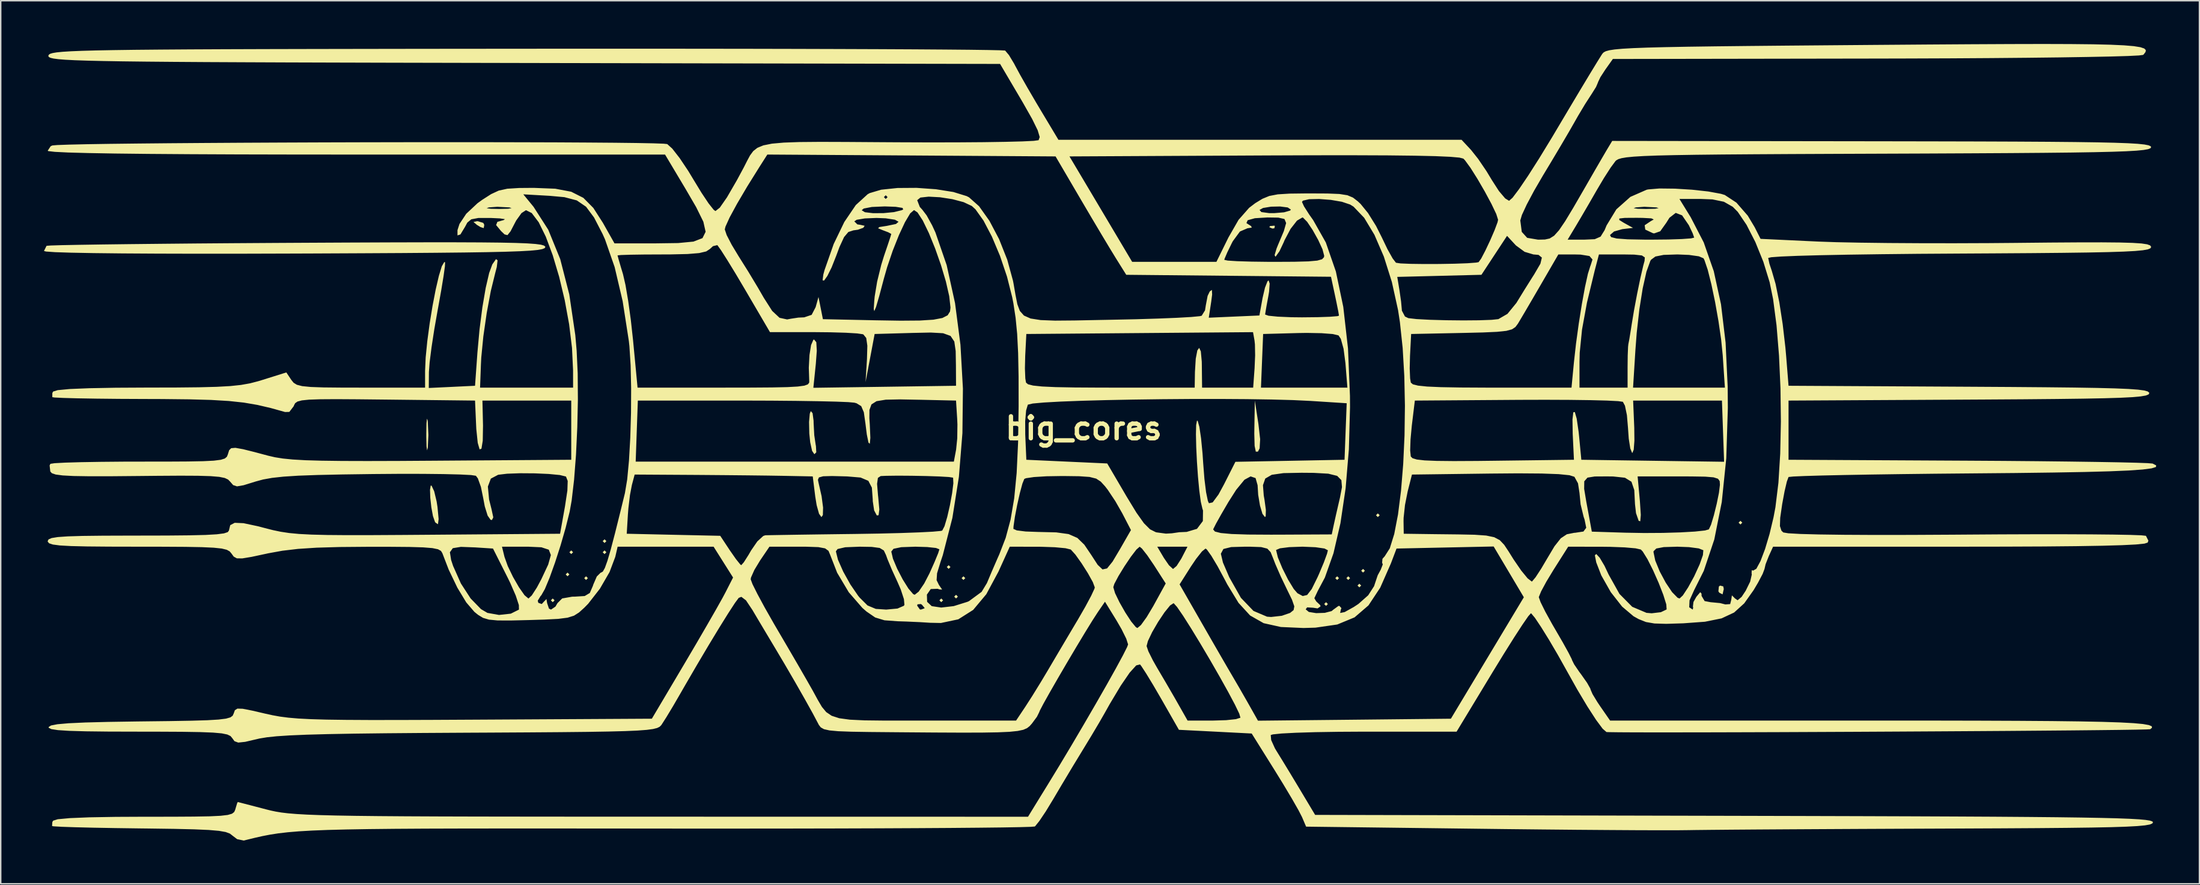
<source format=kicad_pcb>
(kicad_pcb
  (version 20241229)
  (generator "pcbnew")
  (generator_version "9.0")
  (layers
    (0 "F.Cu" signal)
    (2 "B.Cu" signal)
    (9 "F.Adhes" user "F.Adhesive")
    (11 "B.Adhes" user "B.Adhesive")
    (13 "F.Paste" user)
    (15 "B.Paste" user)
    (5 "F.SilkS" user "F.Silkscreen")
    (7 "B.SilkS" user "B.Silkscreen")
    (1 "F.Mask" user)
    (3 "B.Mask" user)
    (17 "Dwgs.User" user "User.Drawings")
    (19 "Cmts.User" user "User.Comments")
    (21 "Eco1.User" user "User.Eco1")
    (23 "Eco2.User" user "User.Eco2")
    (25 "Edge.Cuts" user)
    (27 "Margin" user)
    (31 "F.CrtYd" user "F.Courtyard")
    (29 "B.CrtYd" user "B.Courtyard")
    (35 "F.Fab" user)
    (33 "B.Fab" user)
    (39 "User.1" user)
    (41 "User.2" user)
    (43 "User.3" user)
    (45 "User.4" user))
  (footprint "big_cores"
    (layer "F.Cu")
    (at 72.095 26.656)
    (property "Reference" "big_cores" (at 0 0 0) (layer "F.SilkS") (effects (font (size 1.524 1.524) (thickness 0.3))))
    (attr board_only exclude_from_pos_files exclude_from_bom)
    (fp_poly (pts (xy -36.689 11.93) (xy -36.817 12.059) (xy -36.945 11.93) (xy -36.817 11.802)) (stroke (width 0) (type solid)) (fill yes) (layer "F.SilkS"))
    (fp_poly (pts (xy -35.663 10.134) (xy -35.791 10.263) (xy -35.919 10.134) (xy -35.791 10.006)) (stroke (width 0) (type solid)) (fill yes) (layer "F.SilkS"))
    (fp_poly (pts (xy -35.406 8.595) (xy -35.534 8.723) (xy -35.663 8.595) (xy -35.534 8.467)) (stroke (width 0) (type solid)) (fill yes) (layer "F.SilkS"))
    (fp_poly (pts (xy -34.38 10.391) (xy -34.508 10.519) (xy -34.636 10.391) (xy -34.508 10.263)) (stroke (width 0) (type solid)) (fill yes) (layer "F.SilkS"))
    (fp_poly (pts (xy -33.097 7.825) (xy -33.225 7.954) (xy -33.354 7.825) (xy -33.225 7.697)) (stroke (width 0) (type solid)) (fill yes) (layer "F.SilkS"))
    (fp_poly (pts (xy -33.097 8.595) (xy -33.225 8.723) (xy -33.354 8.595) (xy -33.225 8.467)) (stroke (width 0) (type solid)) (fill yes) (layer "F.SilkS"))
    (fp_poly (pts (xy -9.749 11.93) (xy -9.878 12.059) (xy -10.006 11.93) (xy -9.878 11.802)) (stroke (width 0) (type solid)) (fill yes) (layer "F.SilkS"))
    (fp_poly (pts (xy -9.236 9.621) (xy -9.365 9.749) (xy -9.493 9.621) (xy -9.365 9.493)) (stroke (width 0) (type solid)) (fill yes) (layer "F.SilkS"))
    (fp_poly (pts (xy -8.723 11.674) (xy -8.852 11.802) (xy -8.98 11.674) (xy -8.852 11.545)) (stroke (width 0) (type solid)) (fill yes) (layer "F.SilkS"))
    (fp_poly (pts (xy -8.21 10.391) (xy -8.338 10.519) (xy -8.467 10.391) (xy -8.338 10.263)) (stroke (width 0) (type solid)) (fill yes) (layer "F.SilkS"))
    (fp_poly (pts (xy 16.933 12.187) (xy 16.805 12.315) (xy 16.677 12.187) (xy 16.805 12.059)) (stroke (width 0) (type solid)) (fill yes) (layer "F.SilkS"))
    (fp_poly (pts (xy 17.703 10.391) (xy 17.575 10.519) (xy 17.446 10.391) (xy 17.575 10.263)) (stroke (width 0) (type solid)) (fill yes) (layer "F.SilkS"))
    (fp_poly (pts (xy 18.473 10.391) (xy 18.344 10.519) (xy 18.216 10.391) (xy 18.344 10.263)) (stroke (width 0) (type solid)) (fill yes) (layer "F.SilkS"))
    (fp_poly (pts (xy 19.242 10.904) (xy 19.114 11.032) (xy 18.986 10.904) (xy 19.114 10.776)) (stroke (width 0) (type solid)) (fill yes) (layer "F.SilkS"))
    (fp_poly (pts (xy 19.499 9.878) (xy 19.371 10.006) (xy 19.242 9.878) (xy 19.371 9.749)) (stroke (width 0) (type solid)) (fill yes) (layer "F.SilkS"))
    (fp_poly (pts (xy 20.525 6.029) (xy 20.397 6.158) (xy 20.269 6.029) (xy 20.397 5.901)) (stroke (width 0) (type solid)) (fill yes) (layer "F.SilkS"))
    (fp_poly (pts (xy 45.669 6.542) (xy 45.54 6.671) (xy 45.412 6.542) (xy 45.54 6.414)) (stroke (width 0) (type solid)) (fill yes) (layer "F.SilkS"))
    (fp_poly (pts (xy 13.256 -14.026) (xy 13.221 -13.873) (xy 13.085 -13.855) (xy 12.874 -13.948) (xy 12.914 -14.026) (xy 13.218 -14.056)) (stroke (width 0) (type solid)) (fill yes) (layer "F.SilkS"))
    (fp_poly (pts (xy 44.348 10.962) (xy 44.386 11.145) (xy 44.301 11.516) (xy 44.079 11.405) (xy 44.012 11.307) (xy 44.044 10.977) (xy 44.125 10.907)) (stroke (width 0) (type solid)) (fill yes) (layer "F.SilkS"))
    (fp_poly (pts (xy -41.632 -14.246) (xy -41.564 -14.111) (xy -41.603 -13.887) (xy -41.825 -13.954) (xy -42.077 -14.111) (xy -42.313 -14.31) (xy -42.07 -14.363) (xy -42.013 -14.364)) (stroke (width 0) (type solid)) (fill yes) (layer "F.SilkS"))
    (fp_poly (pts (xy 12.117 -0.295) (xy 12.236 0.756) (xy 12.2 1.388) (xy 12.084 1.616) (xy 11.935 1.618) (xy 11.853 1.221) (xy 11.83 0.378) (xy 11.835 -0.013) (xy 11.867 -1.924)) (stroke (width 0) (type solid)) (fill yes) (layer "F.SilkS"))
    (fp_poly (pts (xy -45.494 -0.551) (xy -45.481 -0.443) (xy -45.44 0.463) (xy -45.48 1.323) (xy -45.484 1.353) (xy -45.532 1.53) (xy -45.568 1.254) (xy -45.584 0.586) (xy -45.584 0.385) (xy -45.572 -0.343) (xy -45.539 -0.672)) (stroke (width 0) (type solid)) (fill yes) (layer "F.SilkS"))
    (fp_poly (pts (xy -45.219 3.977) (xy -45.037 4.369) (xy -44.869 5.069) (xy -44.809 5.452) (xy -44.73 6.295) (xy -44.775 6.653) (xy -44.947 6.541) (xy -44.987 6.478) (xy -45.123 6.086) (xy -45.235 5.48) (xy -45.308 4.821) (xy -45.327 4.265) (xy -45.278 3.972)) (stroke (width 0) (type solid)) (fill yes) (layer "F.SilkS"))
    (fp_poly (pts (xy -18.799 -1.048) (xy -18.731 -0.537) (xy -18.726 -0.336) (xy -18.682 0.478) (xy -18.581 1.164) (xy -18.568 1.219) (xy -18.542 1.664) (xy -18.676 1.796) (xy -18.833 1.564) (xy -18.965 0.963) (xy -19.026 0.36) (xy -19.043 -0.445) (xy -18.993 -1.017) (xy -18.922 -1.195)) (stroke (width 0) (type solid)) (fill yes) (layer "F.SilkS"))
    (fp_poly (pts (xy -43.568 -12.901) (xy -41.851 -12.894) (xy -40.471 -12.88) (xy -39.395 -12.857) (xy -38.587 -12.826) (xy -38.012 -12.785) (xy -37.635 -12.735) (xy -37.422 -12.674) (xy -37.336 -12.602) (xy -37.33 -12.572) (xy -37.378 -12.495) (xy -37.543 -12.429) (xy -37.862 -12.372) (xy -38.367 -12.323) (xy -39.095 -12.282) (xy -40.08 -12.247) (xy -41.357 -12.218) (xy -42.959 -12.194) (xy -44.923 -12.174) (xy -47.282 -12.156) (xy -50.072 -12.141) (xy -53.327 -12.126) (xy -54.713 -12.121) (xy -58.252 -12.111) (xy -61.437 -12.109) (xy -64.246 -12.116) (xy -66.66 -12.13) (xy -68.658 -12.152) (xy -70.219 -12.181) (xy -71.323 -12.217) (xy -71.95 -12.261) (xy -72.095 -12.298) (xy -71.925 -12.643) (xy -71.903 -12.659) (xy -71.62 -12.68) (xy -70.866 -12.703) (xy -69.685 -12.726) (xy -68.118 -12.75) (xy -66.209 -12.774) (xy -63.999 -12.797) (xy -61.532 -12.82) (xy -58.85 -12.84) (xy -55.995 -12.858) (xy -54.52 -12.866) (xy -51.1 -12.883) (xy -48.158 -12.895) (xy -45.659 -12.901)) (stroke (width 0) (type solid)) (fill yes) (layer "F.SilkS"))
    (fp_poly (pts (xy 68.441 -26.65) (xy 69.982 -26.634) (xy 71.204 -26.605) (xy 72.139 -26.562) (xy 72.819 -26.505) (xy 73.276 -26.432) (xy 73.542 -26.342) (xy 73.651 -26.233) (xy 73.633 -26.105) (xy 73.522 -25.957) (xy 73.465 -25.898) (xy 73.176 -25.86) (xy 72.414 -25.822) (xy 71.217 -25.787) (xy 69.626 -25.755) (xy 67.681 -25.725) (xy 65.42 -25.699) (xy 62.883 -25.677) (xy 60.111 -25.66) (xy 57.142 -25.649) (xy 54.967 -25.644) (xy 36.695 -25.616) (xy 36.179 -24.891) (xy 35.831 -24.356) (xy 35.665 -24.009) (xy 35.663 -23.989) (xy 35.529 -23.675) (xy 35.205 -23.158) (xy 35.186 -23.131) (xy 34.771 -22.489) (xy 34.274 -21.658) (xy 34.068 -21.295) (xy 33.67 -20.599) (xy 33.089 -19.609) (xy 32.409 -18.467) (xy 31.85 -17.54) (xy 31.229 -16.472) (xy 30.723 -15.522) (xy 30.387 -14.797) (xy 30.275 -14.418) (xy 30.378 -13.623) (xy 30.753 -13.211) (xy 31.496 -13.086) (xy 31.581 -13.085) (xy 31.985 -13.095) (xy 32.314 -13.166) (xy 32.621 -13.359) (xy 32.96 -13.737) (xy 33.384 -14.361) (xy 33.946 -15.292) (xy 34.699 -16.593) (xy 34.895 -16.933) (xy 35.442 -17.883) (xy 35.926 -18.716) (xy 36.263 -19.292) (xy 36.325 -19.395) (xy 36.648 -19.932) (xy 55.334 -19.908) (xy 58.911 -19.902) (xy 62.01 -19.895) (xy 64.662 -19.885) (xy 66.901 -19.872) (xy 68.761 -19.855) (xy 70.276 -19.833) (xy 71.479 -19.806) (xy 72.403 -19.773) (xy 73.082 -19.733) (xy 73.55 -19.685) (xy 73.839 -19.629) (xy 73.984 -19.564) (xy 74.019 -19.499) (xy 73.972 -19.425) (xy 73.809 -19.36) (xy 73.495 -19.304) (xy 72.996 -19.256) (xy 72.28 -19.215) (xy 71.313 -19.18) (xy 70.06 -19.151) (xy 68.487 -19.126) (xy 66.562 -19.106) (xy 64.25 -19.088) (xy 61.518 -19.073) (xy 58.331 -19.058) (xy 55.649 -19.048) (xy 52.125 -19.035) (xy 49.08 -19.022) (xy 46.476 -19.007) (xy 44.278 -18.991) (xy 42.452 -18.971) (xy 40.961 -18.947) (xy 39.77 -18.919) (xy 38.843 -18.884) (xy 38.145 -18.842) (xy 37.641 -18.793) (xy 37.294 -18.734) (xy 37.069 -18.666) (xy 36.931 -18.587) (xy 36.876 -18.535) (xy 36.544 -18.086) (xy 36.072 -17.352) (xy 35.595 -16.548) (xy 35.041 -15.585) (xy 34.492 -14.645) (xy 34.138 -14.047) (xy 33.559 -13.085) (xy 34.711 -13.085) (xy 35.438 -13.117) (xy 35.844 -13.295) (xy 35.912 -13.406) (xy 36.495 -13.406) (xy 36.573 -13.261) (xy 36.961 -13.164) (xy 37.72 -13.108) (xy 38.912 -13.086) (xy 39.361 -13.085) (xy 40.528 -13.096) (xy 41.479 -13.127) (xy 42.114 -13.173) (xy 42.333 -13.226) (xy 42.227 -13.53) (xy 41.97 -14.07) (xy 41.958 -14.093) (xy 41.494 -14.771) (xy 41.053 -14.941) (xy 40.617 -14.603) (xy 40.399 -14.254) (xy 39.978 -13.665) (xy 39.554 -13.518) (xy 39.467 -13.535) (xy 38.942 -13.783) (xy 38.9 -14.084) (xy 39.302 -14.354) (xy 39.53 -14.485) (xy 39.367 -14.561) (xy 38.761 -14.594) (xy 38.357 -14.599) (xy 37.527 -14.594) (xy 37.143 -14.553) (xy 37.137 -14.45) (xy 37.443 -14.26) (xy 37.455 -14.253) (xy 38.092 -13.9) (xy 37.346 -13.813) (xy 36.777 -13.652) (xy 36.495 -13.406) (xy 35.912 -13.406) (xy 36.121 -13.743) (xy 36.259 -14.074) (xy 36.935 -15.185) (xy 37.025 -15.265) (xy 38.133 -15.265) (xy 38.425 -15.227) (xy 38.998 -15.214) (xy 39.631 -15.23) (xy 39.869 -15.272) (xy 39.704 -15.321) (xy 38.875 -15.364) (xy 38.292 -15.321) (xy 38.133 -15.265) (xy 37.025 -15.265) (xy 37.747 -15.907) (xy 41.312 -15.907) (xy 42.094 -14.636) (xy 42.995 -12.893) (xy 43.691 -10.899) (xy 44.193 -8.601) (xy 44.511 -5.945) (xy 44.656 -2.878) (xy 44.667 -1.411) (xy 44.558 2.079) (xy 44.246 5.114) (xy 43.727 7.711) (xy 42.998 9.888) (xy 42.328 11.227) (xy 42.011 11.932) (xy 41.989 12.412) (xy 42.235 12.572) (xy 42.264 12.414) (xy 42.243 12.376) (xy 42.283 12.044) (xy 42.484 11.686) (xy 42.753 11.365) (xy 42.841 11.462) (xy 42.846 11.625) (xy 43.058 11.982) (xy 43.467 12.059) (xy 44.132 12.122) (xy 44.493 12.214) (xy 44.829 12.191) (xy 44.903 11.894) (xy 44.949 11.587) (xy 45.123 11.758) (xy 45.137 11.781) (xy 45.345 11.925) (xy 45.622 11.691) (xy 45.903 11.268) (xy 46.216 10.631) (xy 46.328 10.138) (xy 46.314 10.057) (xy 46.325 9.839) (xy 46.422 9.867) (xy 46.643 9.742) (xy 46.93 9.211) (xy 47.247 8.374) (xy 47.56 7.328) (xy 47.835 6.172) (xy 47.966 5.477) (xy 48.174 3.777) (xy 48.299 1.753) (xy 48.346 -0.475) (xy 48.317 -2.782) (xy 48.215 -5.047) (xy 48.043 -7.147) (xy 47.805 -8.959) (xy 47.565 -10.134) (xy 47.129 -11.55) (xy 46.574 -12.919) (xy 45.962 -14.115) (xy 45.355 -15.012) (xy 45.007 -15.364) (xy 44.395 -15.713) (xy 43.597 -15.877) (xy 42.814 -15.907) (xy 41.312 -15.907) (xy 37.747 -15.907) (xy 37.91 -16.052) (xy 39.036 -16.546) (xy 39.148 -16.569) (xy 39.924 -16.634) (xy 40.997 -16.622) (xy 42.185 -16.549) (xy 43.306 -16.426) (xy 44.181 -16.266) (xy 44.452 -16.184) (xy 45.261 -15.653) (xy 46.047 -14.75) (xy 46.529 -13.946) (xy 46.936 -13.14) (xy 50.961 -12.951) (xy 52.188 -12.909) (xy 53.835 -12.876) (xy 55.809 -12.852) (xy 58.017 -12.839) (xy 60.366 -12.836) (xy 62.762 -12.845) (xy 64.503 -12.859) (xy 66.988 -12.883) (xy 69.007 -12.896) (xy 70.607 -12.898) (xy 71.834 -12.887) (xy 72.735 -12.861) (xy 73.357 -12.82) (xy 73.747 -12.761) (xy 73.952 -12.684) (xy 74.018 -12.587) (xy 74.019 -12.572) (xy 73.969 -12.485) (xy 73.793 -12.412) (xy 73.451 -12.35) (xy 72.904 -12.298) (xy 72.111 -12.256) (xy 71.035 -12.221) (xy 69.633 -12.193) (xy 67.869 -12.17) (xy 65.7 -12.15) (xy 63.089 -12.133) (xy 60.742 -12.12) (xy 57.866 -12.102) (xy 55.27 -12.075) (xy 52.988 -12.043) (xy 51.054 -12.005) (xy 49.501 -11.962) (xy 48.363 -11.915) (xy 47.674 -11.865) (xy 47.465 -11.816) (xy 47.549 -11.418) (xy 47.716 -10.917) (xy 47.977 -10.017) (xy 48.236 -8.74) (xy 48.47 -7.223) (xy 48.658 -5.601) (xy 48.711 -5.003) (xy 48.876 -2.951) (xy 61.383 -2.884) (xy 64.273 -2.867) (xy 66.691 -2.848) (xy 68.676 -2.827) (xy 70.27 -2.801) (xy 71.513 -2.769) (xy 72.446 -2.73) (xy 73.109 -2.682) (xy 73.543 -2.624) (xy 73.788 -2.554) (xy 73.884 -2.471) (xy 73.891 -2.437) (xy 73.838 -2.349) (xy 73.651 -2.275) (xy 73.29 -2.213) (xy 72.715 -2.161) (xy 71.885 -2.119) (xy 70.759 -2.085) (xy 69.297 -2.057) (xy 67.458 -2.034) (xy 65.202 -2.014) (xy 62.488 -1.997) (xy 61.383 -1.991) (xy 48.876 -1.924) (xy 48.876 2.181) (xy 61.319 2.245) (xy 63.806 2.26) (xy 66.143 2.28) (xy 68.277 2.304) (xy 70.158 2.33) (xy 71.734 2.357) (xy 72.953 2.386) (xy 73.766 2.415) (xy 74.12 2.444) (xy 74.126 2.446) (xy 74.369 2.573) (xy 74.352 2.683) (xy 74.048 2.777) (xy 73.428 2.857) (xy 72.465 2.925) (xy 71.129 2.982) (xy 69.393 3.029) (xy 67.229 3.067) (xy 64.607 3.1) (xy 61.525 3.127) (xy 59.041 3.149) (xy 56.716 3.176) (xy 54.598 3.206) (xy 52.738 3.239) (xy 51.187 3.273) (xy 49.994 3.308) (xy 49.208 3.342) (xy 48.882 3.375) (xy 48.876 3.378) (xy 48.759 3.693) (xy 48.6 4.368) (xy 48.436 5.253) (xy 48.298 6.207) (xy 48.279 6.782) (xy 48.384 7.1) (xy 48.513 7.222) (xy 48.859 7.28) (xy 49.692 7.327) (xy 50.987 7.361) (xy 52.718 7.384) (xy 54.861 7.395) (xy 57.389 7.392) (xy 60.277 7.377) (xy 61.119 7.371) (xy 63.583 7.355) (xy 65.893 7.347) (xy 67.999 7.347) (xy 69.849 7.355) (xy 71.391 7.37) (xy 72.574 7.392) (xy 73.347 7.421) (xy 73.659 7.455) (xy 73.659 7.456) (xy 73.827 7.789) (xy 73.78 7.925) (xy 73.558 7.996) (xy 72.97 8.056) (xy 71.995 8.105) (xy 70.613 8.144) (xy 68.802 8.174) (xy 66.541 8.195) (xy 63.809 8.206) (xy 60.704 8.21) (xy 47.804 8.21) (xy 47.506 8.864) (xy 47.285 9.427) (xy 47.208 9.758) (xy 47.082 10.094) (xy 46.759 10.707) (xy 46.455 11.221) (xy 45.804 12.139) (xy 45.102 12.775) (xy 44.234 13.181) (xy 43.084 13.414) (xy 41.583 13.524) (xy 40.395 13.56) (xy 39.578 13.536) (xy 38.988 13.434) (xy 38.484 13.233) (xy 38.127 13.034) (xy 37.335 12.365) (xy 36.551 11.364) (xy 35.892 10.201) (xy 35.543 9.301) (xy 35.446 8.808) (xy 35.543 8.717) (xy 35.783 8.977) (xy 36.116 9.539) (xy 36.403 10.145) (xy 37.153 11.486) (xy 38.037 12.379) (xy 39.027 12.798) (xy 39.387 12.828) (xy 40.024 12.753) (xy 40.409 12.569) (xy 40.422 12.551) (xy 40.398 12.208) (xy 40.193 11.551) (xy 39.868 10.717) (xy 39.482 9.846) (xy 39.094 9.075) (xy 38.789 8.583) (xy 39.511 8.583) (xy 39.633 9.169) (xy 39.943 9.925) (xy 40.36 10.704) (xy 40.801 11.362) (xy 41.185 11.753) (xy 41.321 11.802) (xy 41.546 11.59) (xy 41.912 11.034) (xy 42.338 10.254) (xy 42.338 10.252) (xy 42.712 9.437) (xy 42.939 8.791) (xy 42.968 8.456) (xy 42.651 8.329) (xy 41.974 8.24) (xy 41.164 8.21) (xy 40.225 8.238) (xy 39.707 8.335) (xy 39.518 8.522) (xy 39.511 8.583) (xy 38.789 8.583) (xy 38.766 8.545) (xy 38.634 8.406) (xy 38.268 8.323) (xy 37.52 8.258) (xy 36.521 8.22) (xy 35.977 8.214) (xy 33.597 8.21) (xy 32.58 9.814) (xy 32.084 10.633) (xy 31.721 11.305) (xy 31.562 11.696) (xy 31.56 11.717) (xy 31.683 12.06) (xy 32.012 12.723) (xy 32.488 13.584) (xy 32.712 13.969) (xy 33.228 14.858) (xy 33.625 15.575) (xy 33.843 16.01) (xy 33.867 16.083) (xy 34.009 16.37) (xy 34.364 16.891) (xy 34.508 17.084) (xy 34.91 17.656) (xy 35.134 18.057) (xy 35.149 18.121) (xy 35.284 18.433) (xy 35.625 18.994) (xy 35.826 19.293) (xy 36.502 20.269) (xy 55.181 20.269) (xy 58.863 20.27) (xy 62.062 20.276) (xy 64.807 20.287) (xy 67.13 20.303) (xy 69.059 20.327) (xy 70.626 20.358) (xy 71.859 20.398) (xy 72.789 20.448) (xy 73.446 20.508) (xy 73.86 20.581) (xy 74.061 20.665) (xy 74.079 20.764) (xy 73.957 20.869) (xy 73.686 20.884) (xy 72.95 20.9) (xy 71.8 20.917) (xy 70.284 20.934) (xy 68.451 20.952) (xy 66.352 20.969) (xy 64.034 20.987) (xy 61.547 21.003) (xy 58.941 21.019) (xy 56.264 21.034) (xy 53.566 21.048) (xy 50.895 21.06) (xy 48.302 21.071) (xy 45.835 21.079) (xy 43.543 21.085) (xy 41.476 21.088) (xy 39.682 21.089) (xy 38.211 21.087) (xy 37.113 21.081) (xy 36.435 21.072) (xy 36.251 21.065) (xy 35.986 20.835) (xy 35.53 20.222) (xy 34.929 19.294) (xy 34.229 18.122) (xy 33.493 16.809) (xy 32.877 15.708) (xy 32.267 14.669) (xy 31.718 13.784) (xy 31.29 13.144) (xy 31.037 12.841) (xy 31.01 12.828) (xy 30.826 13.037) (xy 30.424 13.619) (xy 29.848 14.505) (xy 29.144 15.626) (xy 28.354 16.915) (xy 28.343 16.933) (xy 25.858 21.038) (xy 19.486 21.038) (xy 17.671 21.048) (xy 16.06 21.073) (xy 14.72 21.114) (xy 13.716 21.166) (xy 13.115 21.228) (xy 12.97 21.274) (xy 13.001 21.621) (xy 13.26 22.193) (xy 13.362 22.364) (xy 13.758 23.005) (xy 14.306 23.905) (xy 14.897 24.886) (xy 14.974 25.015) (xy 16.049 26.811) (xy 45.098 26.876) (xy 49.619 26.887) (xy 53.653 26.898) (xy 57.228 26.91) (xy 60.37 26.923) (xy 63.107 26.937) (xy 65.466 26.954) (xy 67.472 26.973) (xy 69.154 26.995) (xy 70.538 27.02) (xy 71.652 27.048) (xy 72.521 27.081) (xy 73.173 27.118) (xy 73.634 27.16) (xy 73.933 27.208) (xy 74.095 27.261) (xy 74.147 27.32) (xy 74.147 27.325) (xy 74.098 27.407) (xy 73.925 27.478) (xy 73.592 27.537) (xy 73.059 27.587) (xy 72.291 27.628) (xy 71.25 27.662) (xy 69.897 27.689) (xy 68.196 27.711) (xy 66.109 27.729) (xy 63.598 27.744) (xy 60.626 27.757) (xy 59.331 27.762) (xy 56.53 27.773) (xy 53.811 27.785) (xy 51.231 27.798) (xy 48.846 27.811) (xy 46.712 27.824) (xy 44.885 27.837) (xy 43.422 27.85) (xy 42.379 27.861) (xy 41.948 27.868) (xy 41.157 27.876) (xy 39.917 27.877) (xy 38.296 27.872) (xy 36.359 27.86) (xy 34.171 27.844) (xy 31.799 27.822) (xy 29.307 27.796) (xy 27.402 27.773) (xy 15.422 27.626) (xy 15.14 26.962) (xy 14.893 26.483) (xy 14.439 25.687) (xy 13.843 24.689) (xy 13.254 23.732) (xy 11.65 21.167) (xy 9.126 21.038) (xy 6.603 20.91) (xy 5.378 18.766) (xy 4.823 17.813) (xy 4.342 17.021) (xy 4.005 16.503) (xy 3.906 16.375) (xy 3.643 16.443) (xy 3.189 16.945) (xy 2.569 17.85) (xy 1.805 19.126) (xy 1.462 19.738) (xy 1.081 20.401) (xy 0.543 21.308) (xy -0.04 22.267) (xy -0.062 22.303) (xy -0.757 23.445) (xy -1.525 24.727) (xy -2.11 25.718) (xy -2.624 26.563) (xy -3.069 27.227) (xy -3.36 27.591) (xy -3.393 27.616) (xy -3.682 27.639) (xy -4.45 27.661) (xy -5.661 27.682) (xy -7.28 27.7) (xy -9.272 27.717) (xy -11.602 27.731) (xy -14.235 27.743) (xy -17.137 27.752) (xy -20.272 27.758) (xy -23.605 27.761) (xy -27.101 27.762) (xy -29.092 27.76) (xy -33.291 27.756) (xy -37.01 27.754) (xy -40.284 27.754) (xy -43.144 27.757) (xy -45.625 27.764) (xy -47.76 27.777) (xy -49.583 27.796) (xy -51.128 27.822) (xy -52.427 27.855) (xy -53.514 27.898) (xy -54.423 27.951) (xy -55.186 28.015) (xy -55.839 28.09) (xy -56.413 28.179) (xy -56.943 28.281) (xy -57.462 28.398) (xy -58.004 28.53) (xy -58.24 28.59) (xy -58.702 28.494) (xy -59.022 28.25) (xy -59.202 28.109) (xy -59.494 28) (xy -59.964 27.917) (xy -60.675 27.856) (xy -61.692 27.812) (xy -63.077 27.78) (xy -64.896 27.755) (xy -65.427 27.749) (xy -67.129 27.726) (xy -68.651 27.699) (xy -69.923 27.668) (xy -70.871 27.636) (xy -71.423 27.604) (xy -71.534 27.585) (xy -71.517 27.315) (xy -71.464 27.213) (xy -71.139 27.112) (xy -70.305 27.035) (xy -68.964 26.98) (xy -67.121 26.948) (xy -65.129 26.939) (xy -63.194 26.938) (xy -61.711 26.929) (xy -60.617 26.91) (xy -59.852 26.873) (xy -59.353 26.815) (xy -59.058 26.73) (xy -58.907 26.613) (xy -58.837 26.459) (xy -58.828 26.426) (xy -58.706 26.015) (xy -58.659 25.918) (xy -58.414 25.98) (xy -57.795 26.14) (xy -56.923 26.368) (xy -56.701 26.426) (xy -56.369 26.509) (xy -56.022 26.582) (xy -55.629 26.647) (xy -55.157 26.703) (xy -54.574 26.751) (xy -53.849 26.792) (xy -52.948 26.826) (xy -51.841 26.854) (xy -50.494 26.877) (xy -48.877 26.895) (xy -46.956 26.909) (xy -44.7 26.919) (xy -42.077 26.926) (xy -39.055 26.93) (xy -35.601 26.933) (xy -31.684 26.935) (xy -29.319 26.935) (xy -3.86 26.939) (xy -3.428 26.234) (xy -2.97 25.488) (xy -2.52 24.759) (xy -1.709 23.43) (xy -0.851 21.998) (xy 0.013 20.531) (xy 0.843 19.102) (xy 1.599 17.781) (xy 2.239 16.637) (xy 2.724 15.741) (xy 3.014 15.164) (xy 3.037 15.101) (xy 4.362 15.101) (xy 4.485 15.466) (xy 4.803 16.102) (xy 5.091 16.609) (xy 5.676 17.601) (xy 6.295 18.667) (xy 6.513 19.05) (xy 7.205 20.269) (xy 8.975 20.269) (xy 9.876 20.242) (xy 10.554 20.171) (xy 10.867 20.072) (xy 10.869 20.069) (xy 10.788 19.79) (xy 10.487 19.164) (xy 10.015 18.277) (xy 9.424 17.218) (xy 8.766 16.073) (xy 8.09 14.93) (xy 7.449 13.877) (xy 6.893 13.001) (xy 6.473 12.389) (xy 6.24 12.129) (xy 6.235 12.127) (xy 5.99 12.286) (xy 5.603 12.765) (xy 5.16 13.428) (xy 4.748 14.136) (xy 4.454 14.752) (xy 4.362 15.101) (xy 3.037 15.101) (xy 3.079 14.987) (xy 2.951 14.588) (xy 2.622 13.924) (xy 2.277 13.329) (xy 1.476 12.027) (xy 0.982 12.748) (xy 0.614 13.316) (xy 0.098 14.153) (xy -0.511 15.165) (xy -1.159 16.258) (xy -1.791 17.34) (xy -2.352 18.317) (xy -2.788 19.095) (xy -3.043 19.582) (xy -3.087 19.694) (xy -3.243 20.008) (xy -3.588 20.474) (xy -3.747 20.653) (xy -3.929 20.796) (xy -4.188 20.908) (xy -4.578 20.991) (xy -5.151 21.049) (xy -5.961 21.085) (xy -7.062 21.103) (xy -8.506 21.106) (xy -10.347 21.098) (xy -12.637 21.081) (xy -13.108 21.077) (xy -14.831 21.062) (xy -16.112 21.042) (xy -17.022 21.008) (xy -17.631 20.952) (xy -18.01 20.866) (xy -18.231 20.742) (xy -18.363 20.572) (xy -18.421 20.461) (xy -18.782 19.78) (xy -19.336 18.784) (xy -20.013 17.597) (xy -20.743 16.343) (xy -21.383 15.266) (xy -21.978 14.271) (xy -22.58 13.261) (xy -22.971 12.6) (xy -23.419 11.929) (xy -23.737 11.688) (xy -23.919 11.758) (xy -24.181 12.111) (xy -24.65 12.832) (xy -25.28 13.844) (xy -26.023 15.071) (xy -26.831 16.435) (xy -27.659 17.859) (xy -27.938 18.344) (xy -28.466 19.254) (xy -28.936 20.034) (xy -29.26 20.54) (xy -29.299 20.595) (xy -29.402 20.697) (xy -29.574 20.783) (xy -29.86 20.855) (xy -30.299 20.914) (xy -30.936 20.962) (xy -31.812 21) (xy -32.97 21.03) (xy -34.451 21.054) (xy -36.299 21.073) (xy -38.555 21.089) (xy -41.261 21.104) (xy -42.719 21.111) (xy -45.811 21.129) (xy -48.433 21.15) (xy -50.626 21.176) (xy -52.432 21.209) (xy -53.894 21.249) (xy -55.053 21.298) (xy -55.953 21.357) (xy -56.634 21.428) (xy -57.14 21.511) (xy -57.3 21.548) (xy -58.141 21.744) (xy -58.624 21.796) (xy -58.886 21.699) (xy -59.045 21.481) (xy -59.162 21.342) (xy -59.382 21.236) (xy -59.766 21.157) (xy -60.374 21.103) (xy -61.269 21.068) (xy -62.511 21.048) (xy -64.162 21.04) (xy -65.587 21.038) (xy -67.622 21.033) (xy -69.193 21.015) (xy -70.345 20.982) (xy -71.127 20.932) (xy -71.586 20.861) (xy -71.769 20.769) (xy -71.774 20.718) (xy -71.608 20.61) (xy -71.159 20.523) (xy -70.383 20.455) (xy -69.233 20.402) (xy -67.665 20.362) (xy -65.635 20.331) (xy -65.368 20.328) (xy -63.406 20.305) (xy -61.896 20.279) (xy -60.778 20.246) (xy -59.992 20.199) (xy -59.475 20.135) (xy -59.169 20.048) (xy -59.012 19.933) (xy -58.943 19.784) (xy -58.942 19.78) (xy -58.858 19.55) (xy -58.684 19.44) (xy -58.316 19.45) (xy -57.647 19.581) (xy -56.761 19.787) (xy -56.253 19.899) (xy -55.732 19.993) (xy -55.149 20.068) (xy -54.452 20.128) (xy -53.592 20.172) (xy -52.519 20.203) (xy -51.182 20.221) (xy -49.53 20.23) (xy -47.514 20.229) (xy -45.083 20.221) (xy -42.325 20.207) (xy -29.945 20.14) (xy -27.664 16.292) (xy -26.872 14.948) (xy -26.134 13.679) (xy -25.505 12.584) (xy -25.043 11.761) (xy -24.848 11.396) (xy -24.375 10.47) (xy -23.091 10.47) (xy -22.966 10.807) (xy -22.624 11.492) (xy -22.113 12.438) (xy -21.479 13.553) (xy -21.254 13.938) (xy -20.523 15.185) (xy -19.828 16.379) (xy -19.239 17.4) (xy -18.827 18.124) (xy -18.775 18.216) (xy -18.436 18.839) (xy -18.152 19.321) (xy -17.854 19.681) (xy -17.476 19.937) (xy -16.952 20.107) (xy -16.215 20.207) (xy -15.197 20.255) (xy -13.832 20.27) (xy -12.053 20.27) (xy -11.027 20.269) (xy -4.688 20.269) (xy -4.045 19.307) (xy -3.567 18.563) (xy -2.975 17.604) (xy -2.497 16.805) (xy -1.918 15.823) (xy -1.213 14.631) (xy -0.52 13.463) (xy -0.411 13.282) (xy 0.114 12.371) (xy 0.519 11.615) (xy 0.744 11.13) (xy 0.77 11.031) (xy 0.764 11.017) (xy 2.053 11.017) (xy 2.175 11.43) (xy 2.482 12.065) (xy 2.884 12.771) (xy 3.292 13.396) (xy 3.617 13.789) (xy 3.725 13.851) (xy 3.971 13.644) (xy 4.366 13.097) (xy 4.826 12.328) (xy 4.837 12.307) (xy 5.652 10.824) (xy 6.651 10.824) (xy 8.219 13.558) (xy 8.882 14.713) (xy 9.505 15.793) (xy 10.014 16.671) (xy 10.318 17.19) (xy 10.789 17.996) (xy 11.317 18.917) (xy 11.468 19.183) (xy 12.085 20.277) (xy 18.774 20.209) (xy 25.462 20.14) (xy 27.991 15.929) (xy 30.521 11.717) (xy 30.013 10.862) (xy 29.521 10.034) (xy 29.007 9.169) (xy 28.966 9.101) (xy 28.428 8.196) (xy 25.061 8.267) (xy 21.694 8.338) (xy 21.302 9.373) (xy 20.562 11.054) (xy 19.749 12.28) (xy 18.783 13.111) (xy 17.583 13.607) (xy 16.07 13.825) (xy 15.242 13.849) (xy 13.675 13.78) (xy 12.48 13.515) (xy 11.54 12.981) (xy 10.738 12.108) (xy 9.956 10.823) (xy 9.788 10.503) (xy 9.285 9.568) (xy 8.849 8.837) (xy 8.749 8.698) (xy 9.512 8.698) (xy 9.656 9.308) (xy 10.076 10.285) (xy 10.103 10.343) (xy 10.903 11.758) (xy 11.774 12.665) (xy 12.714 13.064) (xy 12.995 13.085) (xy 13.737 13.002) (xy 14.314 12.803) (xy 14.317 12.8) (xy 14.556 12.607) (xy 14.605 12.348) (xy 14.446 11.891) (xy 14.098 11.177) (xy 13.666 10.276) (xy 13.293 9.422) (xy 13.139 9.024) (xy 12.963 8.588) (xy 12.828 8.445) (xy 13.341 8.445) (xy 13.465 8.953) (xy 13.772 9.697) (xy 14.17 10.489) (xy 14.566 11.141) (xy 14.823 11.437) (xy 15.19 11.633) (xy 15.495 11.559) (xy 15.811 11.149) (xy 16.212 10.337) (xy 16.321 10.094) (xy 16.651 9.308) (xy 16.873 8.702) (xy 16.933 8.459) (xy 16.698 8.336) (xy 16.079 8.247) (xy 15.203 8.21) (xy 15.137 8.21) (xy 14.252 8.241) (xy 13.611 8.322) (xy 13.343 8.436) (xy 13.341 8.445) (xy 12.828 8.445) (xy 12.732 8.344) (xy 12.308 8.237) (xy 11.557 8.211) (xy 11.174 8.21) (xy 10.228 8.236) (xy 9.688 8.369) (xy 9.512 8.698) (xy 8.749 8.698) (xy 8.542 8.408) (xy 8.45 8.338) (xy 8.203 8.538) (xy 7.795 9.055) (xy 7.439 9.581) (xy 6.651 10.824) (xy 5.652 10.824) (xy 5.688 10.76) (xy 4.87 9.485) (xy 4.406 8.804) (xy 4.041 8.341) (xy 3.882 8.21) (xy 5.102 8.21) (xy 5.557 8.98) (xy 5.911 9.495) (xy 6.182 9.745) (xy 6.206 9.749) (xy 6.444 9.545) (xy 6.764 9.046) (xy 6.799 8.98) (xy 7.197 8.21) (xy 5.102 8.21) (xy 3.882 8.21) (xy 3.654 8.41) (xy 3.27 8.912) (xy 2.825 9.573) (xy 2.412 10.246) (xy 2.126 10.787) (xy 2.053 11.017) (xy 0.764 11.017) (xy 0.633 10.665) (xy 0.294 10.054) (xy -0.144 9.364) (xy -0.574 8.76) (xy -0.892 8.409) (xy -0.896 8.406) (xy -1.262 8.316) (xy -1.995 8.248) (xy -2.95 8.215) (xy -3.14 8.214) (xy -5.126 8.21) (xy -5.911 9.941) (xy -6.752 11.505) (xy -7.663 12.594) (xy -8.695 13.247) (xy -9.901 13.502) (xy -10.647 13.487) (xy -11.345 13.443) (xy -12.294 13.401) (xy -12.892 13.382) (xy -13.813 13.315) (xy -14.457 13.12) (xy -15.059 12.707) (xy -15.347 12.456) (xy -16.29 11.37) (xy -17.096 10.016) (xy -17.575 8.787) (xy -17.682 8.531) (xy -17.184 8.531) (xy -17.038 9.116) (xy -16.674 9.939) (xy -16.179 10.828) (xy -15.643 11.61) (xy -15.539 11.738) (xy -14.989 12.285) (xy -14.417 12.524) (xy -13.695 12.572) (xy -12.911 12.5) (xy -12.471 12.309) (xy -12.466 12.3) (xy -11.545 12.3) (xy -11.359 12.561) (xy -11.289 12.572) (xy -11.039 12.484) (xy -11.032 12.459) (xy -11.212 12.24) (xy -11.289 12.187) (xy -11.525 12.207) (xy -11.545 12.3) (xy -12.466 12.3) (xy -12.43 12.245) (xy -12.465 11.847) (xy -12.687 11.17) (xy -12.917 10.642) (xy -13.299 9.809) (xy -13.603 9.081) (xy -13.709 8.787) (xy -13.823 8.547) (xy -13.341 8.547) (xy -13.226 9.043) (xy -12.934 9.737) (xy -12.549 10.479) (xy -12.151 11.116) (xy -11.823 11.498) (xy -11.718 11.545) (xy -11.443 11.329) (xy -11.06 10.765) (xy -10.693 10.059) (xy -10.337 9.261) (xy -10.088 8.655) (xy -10.006 8.391) (xy -10.24 8.299) (xy -10.852 8.234) (xy -11.674 8.21) (xy -12.652 8.244) (xy -13.186 8.355) (xy -13.341 8.547) (xy -13.823 8.547) (xy -13.859 8.472) (xy -14.145 8.298) (xy -14.697 8.224) (xy -15.54 8.21) (xy -16.534 8.249) (xy -17.065 8.371) (xy -17.184 8.531) (xy -17.682 8.531) (xy -17.696 8.498) (xy -17.931 8.326) (xy -18.396 8.24) (xy -19.204 8.212) (xy -19.764 8.21) (xy -21.79 8.21) (xy -22.44 9.168) (xy -22.837 9.824) (xy -23.068 10.344) (xy -23.091 10.47) (xy -24.375 10.47) (xy -24.313 10.348) (xy -24.988 9.279) (xy -25.663 8.21) (xy -32.317 8.21) (xy -32.481 8.916) (xy -32.877 9.969) (xy -33.546 11.124) (xy -34.358 12.166) (xy -34.63 12.443) (xy -34.994 12.772) (xy -35.343 12.994) (xy -35.786 13.133) (xy -36.433 13.216) (xy -37.396 13.265) (xy -38.457 13.298) (xy -39.751 13.329) (xy -40.641 13.325) (xy -41.239 13.269) (xy -41.652 13.146) (xy -41.992 12.939) (xy -42.249 12.731) (xy -42.813 12.075) (xy -43.431 11.053) (xy -44.032 9.801) (xy -44.472 8.659) (xy -44.511 8.595) (xy -43.948 8.595) (xy -43.864 9.129) (xy -43.726 9.546) (xy -43.185 10.762) (xy -42.51 11.801) (xy -41.792 12.54) (xy -41.345 12.801) (xy -40.542 12.944) (xy -39.726 12.855) (xy -39.16 12.574) (xy -39.166 12.259) (xy -39.381 11.603) (xy -39.768 10.715) (xy -39.948 10.347) (xy -40.96 8.338) (xy -42.192 8.259) (xy -43.186 8.222) (xy -43.747 8.313) (xy -43.948 8.595) (xy -44.511 8.595) (xy -44.567 8.503) (xy -44.772 8.388) (xy -45.159 8.308) (xy -45.794 8.257) (xy -46.747 8.228) (xy -48.087 8.217) (xy -49.573 8.216) (xy -51.583 8.232) (xy -53.182 8.278) (xy -54.475 8.362) (xy -55.563 8.49) (xy -56.55 8.669) (xy -56.658 8.693) (xy -57.696 8.915) (xy -58.347 9.023) (xy -58.724 9.017) (xy -58.94 8.897) (xy -59.093 8.686) (xy -59.217 8.537) (xy -59.422 8.423) (xy -59.77 8.338) (xy -60.323 8.28) (xy -61.146 8.242) (xy -62.3 8.221) (xy -63.848 8.212) (xy -65.614 8.21) (xy -40.336 8.21) (xy -40.163 8.916) (xy -39.936 9.553) (xy -39.573 10.306) (xy -39.157 11.028) (xy -38.773 11.576) (xy -38.504 11.802) (xy -38.497 11.802) (xy -38.272 11.591) (xy -37.918 11.044) (xy -37.61 10.469) (xy -37.131 9.447) (xy -36.947 8.79) (xy -37.091 8.418) (xy -37.603 8.251) (xy -38.516 8.21) (xy -38.641 8.21) (xy -40.336 8.21) (xy -65.614 8.21) (xy -67.585 8.206) (xy -69.099 8.193) (xy -70.215 8.167) (xy -70.99 8.124) (xy -71.48 8.06) (xy -71.742 7.973) (xy -71.835 7.859) (xy -71.838 7.825) (xy -71.78 7.704) (xy -71.566 7.611) (xy -71.141 7.542) (xy -70.446 7.494) (xy -69.426 7.463) (xy -68.024 7.447) (xy -66.181 7.441) (xy -65.553 7.44) (xy -63.561 7.436) (xy -62.028 7.422) (xy -60.895 7.395) (xy -60.109 7.35) (xy -59.613 7.286) (xy -59.351 7.199) (xy -59.267 7.084) (xy -59.267 7.071) (xy -59.18 6.716) (xy -58.869 6.553) (xy -58.257 6.58) (xy -57.27 6.79) (xy -56.768 6.921) (xy -56.215 7.062) (xy -55.678 7.174) (xy -55.094 7.262) (xy -54.404 7.327) (xy -53.546 7.371) (xy -52.458 7.398) (xy -51.081 7.409) (xy -49.354 7.407) (xy -47.214 7.395) (xy -45.542 7.383) (xy -36.308 7.312) (xy -35.968 5.414) (xy -35.802 4.318) (xy -35.779 3.651) (xy -35.897 3.35) (xy -35.908 3.342) (xy -36.323 3.24) (xy -37.095 3.166) (xy -38.066 3.123) (xy -39.08 3.116) (xy -39.98 3.148) (xy -40.602 3.222) (xy -41.109 3.489) (xy -41.315 4.04) (xy -41.231 4.935) (xy -41.064 5.599) (xy -40.94 6.175) (xy -41.033 6.361) (xy -41.127 6.346) (xy -41.332 6.054) (xy -41.53 5.414) (xy -41.633 4.865) (xy -41.798 4.06) (xy -42.01 3.472) (xy -42.146 3.291) (xy -42.478 3.241) (xy -43.253 3.202) (xy -44.398 3.174) (xy -45.844 3.159) (xy -47.52 3.158) (xy -49.261 3.171) (xy -51.414 3.2) (xy -53.124 3.237) (xy -54.458 3.285) (xy -55.486 3.351) (xy -56.276 3.437) (xy -56.898 3.548) (xy -57.419 3.689) (xy -57.456 3.701) (xy -58.253 3.947) (xy -58.711 4.026) (xy -58.977 3.938) (xy -59.186 3.699) (xy -59.329 3.553) (xy -59.559 3.444) (xy -59.941 3.367) (xy -60.54 3.317) (xy -61.419 3.291) (xy -62.643 3.285) (xy -64.276 3.295) (xy -65.516 3.307) (xy -67.458 3.324) (xy -68.947 3.325) (xy -70.041 3.308) (xy -70.8 3.268) (xy -71.284 3.204) (xy -71.55 3.113) (xy -71.658 2.994) (xy -71.704 2.575) (xy -71.65 2.462) (xy -71.36 2.419) (xy -70.631 2.38) (xy -69.536 2.348) (xy -68.147 2.325) (xy -66.539 2.311) (xy -65.486 2.309) (xy -63.58 2.308) (xy -62.125 2.3) (xy -61.057 2.28) (xy -60.315 2.243) (xy -59.835 2.182) (xy -59.555 2.094) (xy -59.413 1.972) (xy -59.345 1.81) (xy -59.335 1.773) (xy -59.255 1.519) (xy -59.115 1.378) (xy -58.822 1.353) (xy -58.282 1.45) (xy -57.404 1.671) (xy -56.554 1.898) (xy -56.082 2.007) (xy -55.532 2.095) (xy -54.848 2.163) (xy -53.976 2.213) (xy -52.859 2.245) (xy -51.443 2.263) (xy -49.672 2.268) (xy -47.491 2.262) (xy -45.265 2.248) (xy -35.534 2.181) (xy -35.534 -1.924) (xy -41.692 -1.924) (xy -41.652 -0.192) (xy -41.67 0.86) (xy -41.76 1.412) (xy -41.888 1.461) (xy -42.018 1.008) (xy -42.117 0.053) (xy -42.129 -0.192) (xy -42.205 -1.924) (xy -48.408 -1.993) (xy -50.348 -2.013) (xy -51.837 -2.022) (xy -52.936 -2.015) (xy -53.708 -1.989) (xy -54.215 -1.937) (xy -54.517 -1.857) (xy -54.678 -1.743) (xy -54.759 -1.592) (xy -54.779 -1.533) (xy -55.081 -1.138) (xy -55.375 -1.13) (xy -56.377 -1.409) (xy -57.301 -1.624) (xy -58.238 -1.784) (xy -59.276 -1.895) (xy -60.507 -1.968) (xy -62.021 -2.01) (xy -63.908 -2.03) (xy -65.143 -2.034) (xy -66.883 -2.042) (xy -68.445 -2.058) (xy -69.761 -2.08) (xy -70.757 -2.107) (xy -71.364 -2.137) (xy -71.519 -2.161) (xy -71.516 -2.445) (xy -71.464 -2.549) (xy -71.14 -2.648) (xy -70.305 -2.726) (xy -68.964 -2.781) (xy -67.117 -2.815) (xy -64.96 -2.826) (xy -62.939 -2.83) (xy -61.353 -2.846) (xy -60.125 -2.878) (xy -59.177 -2.93) (xy -58.433 -3.009) (xy -57.814 -3.119) (xy -57.244 -3.266) (xy -56.958 -3.353) (xy -55.29 -3.876) (xy -54.938 -3.349) (xy -54.783 -3.158) (xy -54.559 -3.02) (xy -54.191 -2.926) (xy -53.601 -2.868) (xy -52.712 -2.836) (xy -51.448 -2.824) (xy -50.127 -2.822) (xy -45.669 -2.822) (xy -45.669 -3.978) (xy -45.628 -4.915) (xy -45.516 -6.042) (xy -45.352 -7.266) (xy -45.152 -8.492) (xy -44.933 -9.625) (xy -44.713 -10.572) (xy -44.51 -11.239) (xy -44.34 -11.53) (xy -44.282 -11.517) (xy -44.293 -11.242) (xy -44.387 -10.561) (xy -44.549 -9.574) (xy -44.763 -8.378) (xy -44.794 -8.21) (xy -45.029 -6.874) (xy -45.222 -5.614) (xy -45.354 -4.573) (xy -45.404 -3.9) (xy -45.412 -2.798) (xy -43.809 -2.874) (xy -42.205 -2.951) (xy -42.039 -5.26) (xy -41.892 -6.868) (xy -41.695 -8.397) (xy -41.466 -9.736) (xy -41.225 -10.774) (xy -41.008 -11.368) (xy -40.752 -11.734) (xy -40.642 -11.655) (xy -40.697 -11.184) (xy -40.808 -10.759) (xy -41.112 -9.522) (xy -41.397 -7.989) (xy -41.629 -6.378) (xy -41.773 -4.907) (xy -41.796 -4.456) (xy -41.856 -2.822) (xy -35.406 -2.822) (xy -35.408 -4.041) (xy -35.481 -5.578) (xy -35.681 -7.22) (xy -35.987 -8.892) (xy -36.373 -10.512) (xy -36.818 -12.005) (xy -37.298 -13.291) (xy -37.791 -14.292) (xy -38.273 -14.93) (xy -38.671 -15.129) (xy -38.983 -14.927) (xy -39.348 -14.418) (xy -39.409 -14.304) (xy -39.745 -13.66) (xy -39.956 -13.398) (xy -40.155 -13.448) (xy -40.397 -13.677) (xy -40.744 -14.097) (xy -40.655 -14.32) (xy -40.217 -14.443) (xy -40.133 -14.506) (xy -40.486 -14.559) (xy -41.12 -14.589) (xy -41.973 -14.588) (xy -42.463 -14.497) (xy -42.74 -14.268) (xy -42.893 -13.983) (xy -43.218 -13.446) (xy -43.422 -13.38) (xy -43.422 -13.745) (xy -43.283 -14.175) (xy -42.817 -14.878) (xy -42.403 -15.265) (xy -41.402 -15.265) (xy -41.111 -15.227) (xy -40.537 -15.214) (xy -39.904 -15.23) (xy -39.667 -15.272) (xy -39.832 -15.321) (xy -40.661 -15.364) (xy -41.243 -15.321) (xy -41.402 -15.265) (xy -42.403 -15.265) (xy -42.034 -15.611) (xy -41.713 -15.843) (xy -41.112 -16.228) (xy -38.857 -16.228) (xy -38.147 -15.362) (xy -37.127 -13.772) (xy -36.298 -11.736) (xy -35.67 -9.29) (xy -35.253 -6.467) (xy -35.159 -5.388) (xy -35.086 -3.801) (xy -35.073 -1.982) (xy -35.115 -0.059) (xy -35.204 1.835) (xy -35.337 3.569) (xy -35.506 5.013) (xy -35.642 5.773) (xy -35.923 6.905) (xy -36.274 8.12) (xy -36.656 9.305) (xy -37.031 10.352) (xy -37.363 11.149) (xy -37.612 11.586) (xy -37.655 11.625) (xy -37.856 11.953) (xy -37.817 12.102) (xy -37.578 12.187) (xy -37.43 12.022) (xy -37.253 11.84) (xy -37.206 12.123) (xy -37.078 12.504) (xy -36.937 12.572) (xy -36.63 12.366) (xy -36.488 12.123) (xy -36.161 11.798) (xy -35.469 11.677) (xy -35.278 11.674) (xy -34.6 11.631) (xy -34.246 11.42) (xy -34.03 10.92) (xy -34.006 10.84) (xy -33.762 10.277) (xy -33.493 10.01) (xy -33.465 10.006) (xy -33.343 9.934) (xy -33.202 9.682) (xy -33.025 9.192) (xy -32.796 8.408) (xy -32.508 7.312) (xy -31.686 7.312) (xy -28.444 7.384) (xy -25.202 7.455) (xy -24.528 8.474) (xy -24.112 9.07) (xy -23.817 9.437) (xy -23.745 9.493) (xy -23.567 9.291) (xy -23.241 8.779) (xy -23.06 8.467) (xy -22.632 7.845) (xy -22.221 7.468) (xy -22.082 7.419) (xy -21.717 7.41) (xy -20.919 7.396) (xy -19.766 7.378) (xy -18.336 7.358) (xy -16.71 7.337) (xy -15.877 7.327) (xy -14.194 7.3) (xy -12.679 7.262) (xy -11.41 7.217) (xy -10.461 7.168) (xy -9.912 7.118) (xy -9.81 7.093) (xy -9.651 6.788) (xy -9.461 6.146) (xy -9.274 5.328) (xy -9.122 4.496) (xy -9.037 3.813) (xy -9.054 3.438) (xy -9.066 3.42) (xy -9.344 3.378) (xy -9.999 3.34) (xy -10.897 3.31) (xy -11.902 3.291) (xy -12.88 3.284) (xy -13.695 3.294) (xy -14.077 3.311) (xy -14.269 3.438) (xy -14.327 3.851) (xy -14.262 4.651) (xy -14.247 4.775) (xy -14.171 5.631) (xy -14.222 6.026) (xy -14.346 6.043) (xy -14.53 5.694) (xy -14.625 5.058) (xy -14.628 4.924) (xy -14.688 4.113) (xy -14.933 3.641) (xy -15.47 3.414) (xy -16.408 3.335) (xy -16.422 3.335) (xy -17.453 3.309) (xy -18.067 3.326) (xy -18.36 3.406) (xy -18.428 3.572) (xy -18.384 3.784) (xy -18.174 4.708) (xy -18.071 5.496) (xy -18.086 6.018) (xy -18.186 6.158) (xy -18.352 5.926) (xy -18.517 5.329) (xy -18.612 4.746) (xy -18.788 3.335) (xy -20.876 3.295) (xy -21.895 3.279) (xy -23.272 3.263) (xy -24.85 3.248) (xy -26.474 3.235) (xy -27.049 3.231) (xy -31.136 3.207) (xy -31.33 3.935) (xy -31.462 4.63) (xy -31.572 5.552) (xy -31.606 5.988) (xy -31.686 7.312) (xy -32.508 7.312) (xy -32.498 7.274) (xy -32.114 5.732) (xy -31.811 4.49) (xy -31.654 3.548) (xy -31.537 2.309) (xy -31.065 2.309) (xy -9.003 2.309) (xy -8.846 1.475) (xy -8.768 0.701) (xy -8.755 -0.265) (xy -8.771 -0.642) (xy -8.852 -1.924) (xy -11.289 -1.979) (xy -12.726 -2.006) (xy -13.726 -1.986) (xy -14.364 -1.882) (xy -14.716 -1.658) (xy -14.856 -1.276) (xy -14.861 -0.701) (xy -14.831 -0.25) (xy -14.793 0.66) (xy -14.831 1.072) (xy -14.922 0.992) (xy -15.039 0.425) (xy -15.132 -0.319) (xy -15.245 -1.114) (xy -15.427 -1.539) (xy -15.753 -1.738) (xy -15.907 -1.779) (xy -16.325 -1.817) (xy -17.184 -1.851) (xy -18.41 -1.88) (xy -19.93 -1.903) (xy -21.672 -1.918) (xy -23.563 -1.924) (xy -23.732 -1.924) (xy -30.916 -1.924) (xy -30.991 0.192) (xy -31.065 2.309) (xy -31.537 2.309) (xy -31.529 2.222) (xy -31.44 0.639) (xy -31.389 -1.072) (xy -31.38 -2.784) (xy -31.416 -4.369) (xy -31.5 -5.699) (xy -31.539 -6.053) (xy -31.968 -8.814) (xy -32.524 -11.182) (xy -32.807 -11.994) (xy -32.324 -11.994) (xy -32.255 -11.734) (xy -32.081 -11.14) (xy -31.943 -10.683) (xy -31.772 -9.938) (xy -31.584 -8.831) (xy -31.402 -7.511) (xy -31.25 -6.129) (xy -30.935 -2.822) (xy -24.963 -2.822) (xy -23.06 -2.825) (xy -21.609 -2.835) (xy -20.551 -2.858) (xy -19.824 -2.898) (xy -19.37 -2.959) (xy -19.127 -3.047) (xy -19.036 -3.165) (xy -19.03 -3.271) (xy -19.061 -4.202) (xy -19.014 -5.083) (xy -18.904 -5.774) (xy -18.748 -6.135) (xy -18.694 -6.158) (xy -18.54 -5.97) (xy -18.507 -5.374) (xy -18.573 -4.484) (xy -18.745 -2.811) (xy -13.798 -2.881) (xy -8.852 -2.951) (xy -8.859 -4.362) (xy -8.876 -5.358) (xy -8.971 -6.019) (xy -9.233 -6.409) (xy -9.748 -6.595) (xy -10.603 -6.642) (xy -11.862 -6.616) (xy -14.496 -6.542) (xy -14.81 -4.875) (xy -15.124 -3.207) (xy -15.028 -4.793) (xy -15.002 -5.728) (xy -15.078 -6.263) (xy -15.273 -6.507) (xy -15.313 -6.525) (xy -15.709 -6.582) (xy -16.501 -6.629) (xy -17.571 -6.66) (xy -18.723 -6.671) (xy -21.754 -6.671) (xy -23.486 -9.629) (xy -24.139 -10.731) (xy -24.71 -11.664) (xy -25.143 -12.344) (xy -25.386 -12.684) (xy -25.408 -12.705) (xy -25.704 -12.635) (xy -25.915 -12.441) (xy -26.173 -12.269) (xy -26.662 -12.154) (xy -27.466 -12.088) (xy -28.666 -12.061) (xy -29.28 -12.059) (xy -30.462 -12.054) (xy -31.429 -12.04) (xy -32.083 -12.019) (xy -32.324 -11.995) (xy -32.324 -11.994) (xy -32.807 -11.994) (xy -33.194 -13.107) (xy -33.364 -13.485) (xy -33.954 -14.624) (xy -34.507 -15.368) (xy -35.149 -15.807) (xy -36.008 -16.032) (xy -37.022 -16.124) (xy -38.857 -16.228) (xy -41.112 -16.228) (xy -41.092 -16.241) (xy -40.562 -16.487) (xy -39.968 -16.617) (xy -39.154 -16.668) (xy -38.135 -16.676) (xy -36.642 -16.618) (xy -35.536 -16.408) (xy -34.695 -15.984) (xy -34.003 -15.286) (xy -33.34 -14.254) (xy -33.336 -14.247) (xy -32.535 -12.828) (xy -29.66 -12.828) (xy -28.123 -12.849) (xy -27.058 -12.95) (xy -26.433 -13.191) (xy -26.216 -13.631) (xy -26.252 -13.792) (xy -24.887 -13.792) (xy -24.755 -13.401) (xy -24.408 -12.73) (xy -23.921 -11.923) (xy -23.91 -11.906) (xy -23.263 -10.876) (xy -22.599 -9.774) (xy -22.181 -9.051) (xy -21.601 -8.143) (xy -21.089 -7.664) (xy -20.564 -7.551) (xy -20.312 -7.599) (xy -19.787 -7.679) (xy -19.378 -7.697) (xy -18.864 -7.87) (xy -18.587 -8.403) (xy -18.389 -9.108) (xy -18.083 -7.569) (xy -14.494 -7.493) (xy -12.708 -7.465) (xy -11.372 -7.475) (xy -10.422 -7.534) (xy -9.797 -7.652) (xy -9.433 -7.839) (xy -9.268 -8.106) (xy -9.236 -8.377) (xy -9.323 -9.164) (xy -9.555 -10.18) (xy -9.895 -11.318) (xy -10.301 -12.473) (xy -10.734 -13.538) (xy -11.155 -14.407) (xy -11.524 -14.973) (xy -11.764 -15.137) (xy -12.029 -14.909) (xy -12.394 -14.293) (xy -12.814 -13.394) (xy -13.242 -12.317) (xy -13.632 -11.166) (xy -13.853 -10.391) (xy -14.179 -9.165) (xy -14.397 -8.418) (xy -14.52 -8.128) (xy -14.558 -8.275) (xy -14.522 -8.837) (xy -14.492 -9.149) (xy -14.322 -10.174) (xy -14.038 -11.335) (xy -13.849 -11.947) (xy -13.582 -12.732) (xy -13.398 -13.289) (xy -13.341 -13.48) (xy -13.55 -13.596) (xy -13.919 -13.735) (xy -14.257 -13.874) (xy -14.169 -13.96) (xy -13.662 -14.038) (xy -13.015 -14.172) (xy -12.837 -14.326) (xy -13.089 -14.468) (xy -13.727 -14.565) (xy -14.368 -14.59) (xy -15.179 -14.557) (xy -15.737 -14.464) (xy -15.907 -14.354) (xy -15.696 -14.145) (xy -15.479 -14.111) (xy -15.188 -14.047) (xy -15.282 -13.907) (xy -15.657 -13.773) (xy -15.971 -13.729) (xy -16.318 -13.616) (xy -16.616 -13.263) (xy -16.935 -12.572) (xy -17.156 -11.976) (xy -17.479 -11.16) (xy -17.774 -10.567) (xy -17.998 -10.251) (xy -18.106 -10.265) (xy -18.054 -10.664) (xy -17.972 -10.968) (xy -17.336 -12.783) (xy -16.598 -14.312) (xy -16.046 -15.125) (xy -15.394 -15.125) (xy -15.169 -14.987) (xy -14.607 -14.921) (xy -13.88 -14.925) (xy -13.16 -14.994) (xy -12.616 -15.127) (xy -12.513 -15.179) (xy -12.565 -15.288) (xy -13.041 -15.363) (xy -13.79 -15.39) (xy -14.688 -15.352) (xy -15.251 -15.244) (xy -15.394 -15.125) (xy -16.046 -15.125) (xy -15.801 -15.485) (xy -15.431 -15.823) (xy -11.545 -15.823) (xy -11.364 -15.354) (xy -11.189 -15.161) (xy -10.889 -14.766) (xy -10.509 -14.077) (xy -10.28 -13.581) (xy -9.5 -11.316) (xy -8.921 -8.686) (xy -8.545 -5.796) (xy -8.374 -2.755) (xy -8.409 0.332) (xy -8.652 3.357) (xy -9.105 6.214) (xy -9.769 8.796) (xy -9.932 9.284) (xy -10.168 10.058) (xy -10.199 10.532) (xy -10.032 10.872) (xy -10.015 10.894) (xy -9.815 11.183) (xy -10.004 11.173) (xy -10.124 11.129) (xy -10.604 11.147) (xy -10.872 11.533) (xy -10.856 12.035) (xy -10.538 12.333) (xy -9.88 12.431) (xy -9.012 12.331) (xy -8.067 12.036) (xy -7.954 11.987) (xy -7.078 11.342) (xy -6.709 10.732) (xy -6.38 9.949) (xy -5.98 9.028) (xy -5.855 8.748) (xy -5.411 7.601) (xy -5.242 6.974) (xy -4.875 6.974) (xy -4.64 7.08) (xy -4.025 7.156) (xy -3.161 7.187) (xy -3.143 7.187) (xy -1.903 7.217) (xy -1.045 7.336) (xy -0.439 7.602) (xy 0.044 8.071) (xy 0.527 8.785) (xy 0.971 9.468) (xy 1.306 9.786) (xy 1.62 9.718) (xy 2.002 9.245) (xy 2.539 8.343) (xy 2.565 8.297) (xy 3.277 7.056) (xy 2.679 5.901) (xy 2.192 5.049) (xy 1.67 4.266) (xy 1.49 4.032) (xy 1.186 3.698) (xy 0.866 3.488) (xy 0.408 3.373) (xy -0.311 3.323) (xy -1.411 3.309) (xy -1.509 3.309) (xy -2.578 3.326) (xy -3.45 3.38) (xy -4 3.46) (xy -4.118 3.51) (xy -4.249 3.834) (xy -4.427 4.495) (xy -4.613 5.321) (xy -4.771 6.143) (xy -4.864 6.791) (xy -4.875 6.974) (xy -5.242 6.974) (xy -5.069 6.329) (xy -4.818 4.854) (xy -4.648 3.1) (xy -4.549 0.989) (xy -4.527 -0.491) (xy -4.057 -0.491) (xy -4.053 0.426) (xy -3.977 2.181) (xy 1.632 2.437) (xy 2.985 4.746) (xy 3.66 5.854) (xy 4.176 6.58) (xy 4.599 7.003) (xy 4.995 7.202) (xy 5.055 7.217) (xy 5.701 7.304) (xy 6.114 7.281) (xy 6.623 7.207) (xy 7.143 7.184) (xy 7.704 7.017) (xy 8.98 7.017) (xy 9.103 7.16) (xy 9.509 7.262) (xy 10.252 7.33) (xy 11.383 7.367) (xy 12.958 7.376) (xy 13.539 7.375) (xy 17.201 7.358) (xy 17.342 6.694) (xy 17.487 6.039) (xy 17.688 5.164) (xy 17.774 4.794) (xy 17.91 4.076) (xy 17.868 3.593) (xy 17.576 3.298) (xy 16.96 3.146) (xy 15.949 3.09) (xy 15.105 3.083) (xy 13.854 3.107) (xy 13.041 3.223) (xy 12.591 3.484) (xy 12.431 3.945) (xy 12.486 4.66) (xy 12.539 4.965) (xy 12.633 5.66) (xy 12.621 6.09) (xy 12.571 6.158) (xy 12.395 5.93) (xy 12.225 5.358) (xy 12.1 4.612) (xy 12.059 3.945) (xy 11.919 3.452) (xy 11.575 3.335) (xy 11.149 3.566) (xy 10.576 4.263) (xy 10.035 5.112) (xy 9.544 5.954) (xy 9.174 6.615) (xy 8.99 6.983) (xy 8.98 7.017) (xy 7.704 7.017) (xy 7.855 6.973) (xy 8.263 6.432) (xy 8.274 5.7) (xy 8.232 5.573) (xy 8.121 5.095) (xy 8.017 4.323) (xy 7.926 3.362) (xy 7.853 2.319) (xy 7.804 1.302) (xy 7.784 0.416) (xy 7.799 -0.231) (xy 7.856 -0.533) (xy 7.907 -0.513) (xy 8.022 -0.102) (xy 8.139 0.69) (xy 8.24 1.729) (xy 8.286 2.406) (xy 8.372 3.511) (xy 8.486 4.428) (xy 8.611 5.033) (xy 8.685 5.196) (xy 8.944 5.137) (xy 9.348 4.59) (xy 9.73 3.887) (xy 10.52 2.323) (xy 14.304 2.252) (xy 18.088 2.181) (xy 18.162 0.221) (xy 18.237 -1.739) (xy 15.725 -1.9) (xy 14.527 -1.957) (xy 13.03 -1.998) (xy 11.302 -2.024) (xy 9.41 -2.036) (xy 7.422 -2.034) (xy 5.405 -2.019) (xy 3.426 -1.993) (xy 1.553 -1.956) (xy -0.147 -1.91) (xy -1.607 -1.854) (xy -2.759 -1.79) (xy -3.535 -1.72) (xy -3.869 -1.642) (xy -3.873 -1.639) (xy -3.992 -1.239) (xy -4.057 -0.491) (xy -4.527 -0.491) (xy -4.511 -1.539) (xy -4.514 -3.587) (xy -4.525 -4.154) (xy -4.075 -4.154) (xy -4.048 -3.46) (xy -3.999 -3.172) (xy -3.861 -3.055) (xy -3.51 -2.966) (xy -2.892 -2.901) (xy -1.95 -2.858) (xy -0.627 -2.833) (xy 1.132 -2.823) (xy 1.916 -2.822) (xy 7.697 -2.822) (xy 7.715 -3.913) (xy 7.771 -4.832) (xy 7.88 -5.4) (xy 8.009 -5.58) (xy 8.123 -5.335) (xy 8.188 -4.63) (xy 8.192 -4.426) (xy 8.21 -2.822) (xy 11.752 -2.822) (xy 12.293 -2.822) (xy 18.286 -2.822) (xy 18.15 -4.522) (xy 18.02 -5.52) (xy 17.829 -6.208) (xy 17.666 -6.447) (xy 17.269 -6.539) (xy 16.493 -6.598) (xy 15.472 -6.617) (xy 14.881 -6.608) (xy 12.443 -6.542) (xy 12.368 -4.682) (xy 12.293 -2.822) (xy 11.752 -2.822) (xy 11.85 -4.169) (xy 11.888 -5.062) (xy 11.874 -5.823) (xy 11.845 -6.093) (xy 11.742 -6.669) (xy 3.883 -6.606) (xy -3.977 -6.542) (xy -4.055 -5.032) (xy -4.075 -4.154) (xy -4.525 -4.154) (xy -4.546 -5.222) (xy -4.613 -6.547) (xy -4.721 -7.664) (xy -4.875 -8.672) (xy -4.955 -9.085) (xy -5.317 -10.519) (xy -5.803 -11.96) (xy -6.364 -13.294) (xy -6.948 -14.409) (xy -7.506 -15.191) (xy -7.757 -15.419) (xy -8.325 -15.686) (xy -9.108 -15.893) (xy -9.963 -16.025) (xy -10.749 -16.067) (xy -11.324 -16.004) (xy -11.545 -15.823) (xy -15.431 -15.823) (xy -15.199 -16.035) (xy -13.855 -16.035) (xy -13.726 -15.907) (xy -13.598 -16.035) (xy -13.726 -16.164) (xy -13.855 -16.035) (xy -15.199 -16.035) (xy -14.986 -16.23) (xy -14.842 -16.312) (xy -14.044 -16.549) (xy -12.907 -16.668) (xy -11.587 -16.677) (xy -10.244 -16.581) (xy -9.035 -16.389) (xy -8.118 -16.106) (xy -7.952 -16.021) (xy -7.253 -15.4) (xy -6.536 -14.391) (xy -5.864 -13.116) (xy -5.3 -11.694) (xy -4.904 -10.244) (xy -4.868 -10.06) (xy -4.726 -9.239) (xy -4.6 -8.607) (xy -4.427 -8.142) (xy -4.142 -7.82) (xy -3.683 -7.616) (xy -2.987 -7.507) (xy -1.99 -7.469) (xy -0.629 -7.48) (xy 1.159 -7.515) (xy 1.909 -7.529) (xy 3.621 -7.565) (xy 5.166 -7.612) (xy 6.469 -7.665) (xy 7.455 -7.721) (xy 8.048 -7.777) (xy 8.182 -7.808) (xy 8.413 -8.181) (xy 8.471 -8.546) (xy 8.594 -9.186) (xy 8.742 -9.493) (xy 8.891 -9.601) (xy 8.907 -9.279) (xy 8.842 -8.775) (xy 8.674 -7.672) (xy 10.429 -7.749) (xy 12.184 -7.825) (xy 12.405 -9.044) (xy 12.571 -9.752) (xy 12.743 -10.191) (xy 12.822 -10.263) (xy 12.896 -10.039) (xy 12.856 -9.477) (xy 12.805 -9.172) (xy 12.673 -8.459) (xy 12.592 -7.972) (xy 12.583 -7.889) (xy 12.816 -7.809) (xy 13.455 -7.745) (xy 14.391 -7.705) (xy 15.137 -7.697) (xy 16.214 -7.708) (xy 17.069 -7.737) (xy 17.592 -7.779) (xy 17.703 -7.813) (xy 17.654 -8.109) (xy 17.527 -8.74) (xy 17.426 -9.22) (xy 17.149 -10.511) (xy 10.05 -10.579) (xy 2.951 -10.647) (xy 2.229 -11.802) (xy 1.819 -12.472) (xy 1.228 -13.457) (xy 0.534 -14.625) (xy -0.186 -15.847) (xy -0.221 -15.907) (xy -1.95 -18.858) (xy -0.986 -18.858) (xy 1.188 -15.202) (xy 3.361 -11.545) (xy 9.204 -11.545) (xy 9.272 -11.684) (xy 9.749 -11.684) (xy 9.99 -11.633) (xy 10.651 -11.591) (xy 11.638 -11.561) (xy 12.857 -11.546) (xy 13.213 -11.545) (xy 14.617 -11.552) (xy 15.585 -11.578) (xy 16.197 -11.632) (xy 16.53 -11.725) (xy 16.662 -11.866) (xy 16.677 -11.972) (xy 16.558 -12.419) (xy 16.261 -13.065) (xy 15.877 -13.752) (xy 15.496 -14.321) (xy 15.208 -14.613) (xy 15.166 -14.624) (xy 14.792 -14.405) (xy 14.347 -13.835) (xy 13.931 -13.05) (xy 13.863 -12.887) (xy 13.577 -12.282) (xy 13.318 -11.919) (xy 13.295 -11.902) (xy 13.239 -12.014) (xy 13.374 -12.469) (xy 13.484 -12.741) (xy 13.879 -13.677) (xy 14.038 -14.237) (xy 13.922 -14.517) (xy 13.493 -14.613) (xy 12.73 -14.624) (xy 11.87 -14.571) (xy 11.371 -14.432) (xy 11.285 -14.233) (xy 11.61 -14.024) (xy 11.655 -13.92) (xy 11.358 -13.875) (xy 10.835 -13.649) (xy 10.34 -12.976) (xy 10.268 -12.839) (xy 9.954 -12.194) (xy 9.77 -11.762) (xy 9.749 -11.684) (xy 9.272 -11.684) (xy 10.04 -13.242) (xy 10.738 -14.458) (xy 11.344 -15.147) (xy 12.193 -15.147) (xy 12.32 -14.998) (xy 12.862 -14.925) (xy 13.204 -14.923) (xy 13.896 -14.981) (xy 14.313 -15.101) (xy 14.368 -15.17) (xy 14.148 -15.318) (xy 13.62 -15.385) (xy 12.984 -15.372) (xy 12.438 -15.282) (xy 12.193 -15.147) (xy 11.344 -15.147) (xy 11.474 -15.294) (xy 11.897 -15.616) (xy 12.037 -15.701) (xy 15.137 -15.701) (xy 15.278 -15.392) (xy 15.638 -14.828) (xy 15.913 -14.44) (xy 16.79 -12.89) (xy 17.487 -10.877) (xy 18.001 -8.42) (xy 18.328 -5.538) (xy 18.464 -2.251) (xy 18.468 -1.457) (xy 18.388 1.461) (xy 18.163 4.161) (xy 17.804 6.583) (xy 17.321 8.666) (xy 16.725 10.349) (xy 16.233 11.276) (xy 15.994 11.782) (xy 16.124 12.003) (xy 16.405 12.268) (xy 16.42 12.354) (xy 16.22 12.49) (xy 15.907 12.443) (xy 15.494 12.419) (xy 15.394 12.554) (xy 15.611 12.736) (xy 16.122 12.818) (xy 16.719 12.798) (xy 17.192 12.676) (xy 17.318 12.572) (xy 17.658 12.325) (xy 17.733 12.315) (xy 17.872 12.473) (xy 17.831 12.572) (xy 17.784 12.808) (xy 18.098 12.744) (xy 18.728 12.393) (xy 19.051 12.18) (xy 19.728 11.581) (xy 20.138 10.945) (xy 20.173 10.833) (xy 20.388 10.192) (xy 20.597 9.807) (xy 20.74 9.44) (xy 20.694 9.32) (xy 20.718 9.049) (xy 20.872 8.877) (xy 21.226 8.322) (xy 21.535 7.33) (xy 21.707 6.436) (xy 22.179 6.436) (xy 22.193 7.312) (xy 24.374 7.341) (xy 25.951 7.358) (xy 27.101 7.381) (xy 27.911 7.437) (xy 28.467 7.553) (xy 28.854 7.758) (xy 29.159 8.08) (xy 29.468 8.545) (xy 29.813 9.098) (xy 30.34 9.866) (xy 30.784 10.406) (xy 31.064 10.622) (xy 31.095 10.616) (xy 31.333 10.333) (xy 31.722 9.737) (xy 32.093 9.108) (xy 32.645 8.183) (xy 33.082 7.628) (xy 33.504 7.348) (xy 34.012 7.248) (xy 34.088 7.243) (xy 34.654 7.158) (xy 34.848 6.897) (xy 34.734 6.334) (xy 34.666 6.132) (xy 34.457 5.27) (xy 34.38 4.483) (xy 34.337 4.202) (xy 34.704 4.202) (xy 34.854 5.102) (xy 34.936 5.542) (xy 35.235 7.166) (xy 37.565 7.239) (xy 38.86 7.261) (xy 40.167 7.253) (xy 41.379 7.218) (xy 42.388 7.16) (xy 43.084 7.085) (xy 43.351 7.009) (xy 43.501 6.686) (xy 43.697 6.037) (xy 43.894 5.24) (xy 44.05 4.475) (xy 44.118 3.92) (xy 44.118 3.913) (xy 44.102 3.662) (xy 43.985 3.497) (xy 43.677 3.4) (xy 43.091 3.352) (xy 42.137 3.337) (xy 41.27 3.335) (xy 38.411 3.335) (xy 38.57 5.067) (xy 38.631 6.005) (xy 38.596 6.446) (xy 38.483 6.414) (xy 38.299 5.883) (xy 38.229 5.26) (xy 38.179 4.281) (xy 37.983 3.705) (xy 37.532 3.427) (xy 36.719 3.34) (xy 36.274 3.335) (xy 35.436 3.34) (xy 34.935 3.42) (xy 34.711 3.674) (xy 34.704 4.202) (xy 34.337 4.202) (xy 34.277 3.815) (xy 34.029 3.364) (xy 34.027 3.362) (xy 33.683 3.253) (xy 32.935 3.178) (xy 31.756 3.135) (xy 30.117 3.123) (xy 28.218 3.138) (xy 22.763 3.207) (xy 22.464 4.384) (xy 22.28 5.315) (xy 22.184 6.21) (xy 22.179 6.436) (xy 21.707 6.436) (xy 21.796 5.976) (xy 22.004 4.335) (xy 22.156 2.48) (xy 22.2 1.534) (xy 22.639 1.534) (xy 22.681 1.952) (xy 22.803 2.074) (xy 23.101 2.164) (xy 23.636 2.225) (xy 24.467 2.259) (xy 25.657 2.271) (xy 27.263 2.263) (xy 28.409 2.25) (xy 33.995 2.181) (xy 33.91 0.385) (xy 33.894 -0.611) (xy 33.951 -1.112) (xy 34.056 -1.129) (xy 34.187 -0.671) (xy 34.321 0.253) (xy 34.354 0.573) (xy 34.508 2.181) (xy 39.457 2.251) (xy 44.407 2.32) (xy 44.258 -1.924) (xy 38.1 -1.924) (xy 38.178 -0.04) (xy 38.188 0.86) (xy 38.141 1.478) (xy 38.046 1.708) (xy 38.028 1.703) (xy 37.901 1.391) (xy 37.796 0.72) (xy 37.742 -0.047) (xy 37.668 -0.917) (xy 37.532 -1.57) (xy 37.388 -1.839) (xy 37.063 -1.885) (xy 36.294 -1.924) (xy 35.15 -1.953) (xy 33.7 -1.972) (xy 32.014 -1.979) (xy 30.16 -1.974) (xy 30.028 -1.973) (xy 22.963 -1.924) (xy 22.751 -0.17) (xy 22.664 0.77) (xy 22.639 1.534) (xy 22.2 1.534) (xy 22.248 0.488) (xy 22.275 -1.568) (xy 22.233 -3.612) (xy 22.201 -4.154) (xy 22.607 -4.154) (xy 22.635 -3.46) (xy 22.684 -3.172) (xy 22.825 -3.052) (xy 23.182 -2.962) (xy 23.811 -2.897) (xy 24.771 -2.855) (xy 26.118 -2.831) (xy 27.909 -2.822) (xy 28.322 -2.822) (xy 33.826 -2.822) (xy 34.38 -2.822) (xy 37.715 -2.822) (xy 38.095 -2.822) (xy 44.462 -2.822) (xy 44.312 -5.067) (xy 44.201 -6.171) (xy 44.016 -7.443) (xy 43.783 -8.758) (xy 43.526 -9.985) (xy 43.271 -10.999) (xy 43.043 -11.671) (xy 42.981 -11.792) (xy 42.657 -11.93) (xy 41.974 -12.026) (xy 41.173 -12.059) (xy 40.215 -12.028) (xy 39.646 -11.916) (xy 39.345 -11.695) (xy 39.292 -11.61) (xy 39.022 -10.861) (xy 38.763 -9.707) (xy 38.532 -8.254) (xy 38.347 -6.612) (xy 38.259 -5.452) (xy 38.095 -2.822) (xy 37.715 -2.822) (xy 37.715 -4.233) (xy 37.724 -5.049) (xy 37.748 -5.645) (xy 37.769 -5.837) (xy 37.837 -6.189) (xy 37.945 -6.851) (xy 37.996 -7.184) (xy 38.163 -8.19) (xy 38.376 -9.324) (xy 38.6 -10.41) (xy 38.799 -11.272) (xy 38.891 -11.61) (xy 38.91 -11.853) (xy 38.706 -11.989) (xy 38.178 -12.047) (xy 37.381 -12.059) (xy 35.729 -12.059) (xy 35.442 -10.968) (xy 34.899 -8.724) (xy 34.556 -6.851) (xy 34.396 -5.252) (xy 34.38 -4.602) (xy 34.38 -2.822) (xy 33.826 -2.822) (xy 33.992 -4.554) (xy 34.139 -5.873) (xy 34.33 -7.264) (xy 34.544 -8.612) (xy 34.762 -9.803) (xy 34.965 -10.722) (xy 35.132 -11.256) (xy 35.145 -11.28) (xy 35.281 -11.708) (xy 35.072 -11.95) (xy 34.452 -12.049) (xy 33.989 -12.059) (xy 32.914 -12.059) (xy 31.686 -9.942) (xy 31.108 -8.949) (xy 30.592 -8.068) (xy 30.216 -7.433) (xy 30.109 -7.255) (xy 29.939 -7.027) (xy 29.701 -6.866) (xy 29.304 -6.759) (xy 28.662 -6.692) (xy 27.686 -6.648) (xy 26.288 -6.615) (xy 26.233 -6.614) (xy 22.706 -6.542) (xy 22.628 -5.032) (xy 22.607 -4.154) (xy 22.201 -4.154) (xy 22.119 -5.57) (xy 21.927 -7.368) (xy 21.797 -8.21) (xy 21.37 -10.148) (xy 21.258 -10.502) (xy 21.744 -10.502) (xy 21.901 -9.548) (xy 22.008 -8.799) (xy 22.061 -8.217) (xy 22.062 -8.165) (xy 22.278 -7.754) (xy 22.514 -7.641) (xy 23.083 -7.576) (xy 24.005 -7.527) (xy 25.133 -7.496) (xy 26.32 -7.484) (xy 27.421 -7.493) (xy 28.289 -7.524) (xy 28.755 -7.573) (xy 29.386 -7.938) (xy 30.004 -8.696) (xy 30.037 -8.75) (xy 30.572 -9.621) (xy 31.12 -10.493) (xy 31.237 -10.675) (xy 31.67 -11.417) (xy 31.772 -11.842) (xy 31.539 -12.029) (xy 31.183 -12.059) (xy 30.575 -12.241) (xy 29.974 -12.683) (xy 29.954 -12.703) (xy 29.357 -13.348) (xy 28.469 -11.998) (xy 27.581 -10.647) (xy 21.744 -10.502) (xy 21.258 -10.502) (xy 20.813 -11.912) (xy 20.16 -13.422) (xy 19.449 -14.602) (xy 18.713 -15.372) (xy 18.475 -15.521) (xy 17.904 -15.712) (xy 17.136 -15.843) (xy 16.326 -15.905) (xy 15.631 -15.89) (xy 15.203 -15.79) (xy 15.137 -15.701) (xy 12.037 -15.701) (xy 12.394 -15.919) (xy 12.871 -16.115) (xy 13.455 -16.227) (xy 14.275 -16.278) (xy 15.461 -16.292) (xy 15.679 -16.292) (xy 16.906 -16.286) (xy 17.736 -16.252) (xy 18.286 -16.165) (xy 18.673 -16.002) (xy 19.013 -15.739) (xy 19.202 -15.561) (xy 19.716 -14.93) (xy 20.274 -14.034) (xy 20.668 -13.252) (xy 21.067 -12.42) (xy 21.424 -11.782) (xy 21.654 -11.483) (xy 21.971 -11.436) (xy 22.668 -11.407) (xy 23.612 -11.395) (xy 24.671 -11.398) (xy 25.713 -11.416) (xy 26.605 -11.448) (xy 27.213 -11.493) (xy 27.384 -11.524) (xy 27.56 -11.769) (xy 27.853 -12.328) (xy 28.19 -13.042) (xy 28.495 -13.749) (xy 28.696 -14.287) (xy 28.735 -14.465) (xy 28.608 -14.866) (xy 28.276 -15.562) (xy 27.816 -16.418) (xy 27.305 -17.298) (xy 26.82 -18.068) (xy 26.437 -18.592) (xy 26.325 -18.707) (xy 26.057 -18.775) (xy 25.419 -18.831) (xy 24.391 -18.876) (xy 22.953 -18.908) (xy 21.084 -18.929) (xy 18.764 -18.938) (xy 15.973 -18.937) (xy 12.69 -18.925) (xy 12.499 -18.924) (xy -0.986 -18.858) (xy -1.95 -18.858) (xy -21.936 -18.987) (xy -22.469 -18.152) (xy -23.329 -16.774) (xy -24.036 -15.574) (xy -24.552 -14.623) (xy -24.84 -13.988) (xy -24.887 -13.792) (xy -26.252 -13.792) (xy -26.373 -14.328) (xy -26.873 -15.342) (xy -27.599 -16.59) (xy -29.029 -18.986) (xy -50.434 -18.986) (xy -54.784 -18.989) (xy -58.627 -18.997) (xy -61.969 -19.012) (xy -64.814 -19.032) (xy -67.168 -19.058) (xy -69.037 -19.091) (xy -70.426 -19.129) (xy -71.341 -19.174) (xy -71.789 -19.225) (xy -71.838 -19.25) (xy -71.635 -19.561) (xy -71.518 -19.617) (xy -71.17 -19.647) (xy -70.36 -19.676) (xy -69.132 -19.704) (xy -67.535 -19.729) (xy -65.615 -19.751) (xy -63.418 -19.772) (xy -60.992 -19.79) (xy -58.383 -19.806) (xy -55.638 -19.819) (xy -52.804 -19.83) (xy -49.928 -19.838) (xy -47.056 -19.843) (xy -44.235 -19.845) (xy -41.512 -19.844) (xy -38.934 -19.839) (xy -36.548 -19.832) (xy -34.4 -19.82) (xy -32.537 -19.806) (xy -31.006 -19.788) (xy -29.853 -19.766) (xy -29.127 -19.74) (xy -28.877 -19.714) (xy -28.526 -19.396) (xy -28.014 -18.739) (xy -27.421 -17.852) (xy -27.068 -17.268) (xy -26.501 -16.336) (xy -26.009 -15.599) (xy -25.656 -15.155) (xy -25.534 -15.067) (xy -25.231 -15.306) (xy -24.736 -16.018) (xy -24.05 -17.202) (xy -23.573 -18.088) (xy -23.338 -18.551) (xy -23.136 -18.927) (xy -22.915 -19.226) (xy -22.624 -19.456) (xy -22.209 -19.625) (xy -21.619 -19.743) (xy -20.802 -19.816) (xy -19.707 -19.855) (xy -18.281 -19.867) (xy -16.472 -19.861) (xy -14.228 -19.846) (xy -12.901 -19.838) (xy -10.74 -19.83) (xy -8.735 -19.833) (xy -6.946 -19.846) (xy -5.431 -19.869) (xy -4.251 -19.899) (xy -3.463 -19.937) (xy -3.128 -19.982) (xy -3.126 -19.983) (xy -3.049 -20.201) (xy -3.19 -20.672) (xy -3.572 -21.451) (xy -4.219 -22.593) (xy -4.298 -22.728) (xy -5.797 -25.272) (xy -38.837 -25.337) (xy -43.635 -25.347) (xy -47.946 -25.356) (xy -51.795 -25.366) (xy -55.209 -25.376) (xy -58.214 -25.388) (xy -60.835 -25.4) (xy -63.098 -25.415) (xy -65.03 -25.432) (xy -66.655 -25.451) (xy -68.001 -25.474) (xy -69.092 -25.5) (xy -69.955 -25.529) (xy -70.616 -25.563) (xy -71.1 -25.602) (xy -71.434 -25.646) (xy -71.643 -25.695) (xy -71.753 -25.75) (xy -71.791 -25.811) (xy -71.789 -25.85) (xy -71.757 -25.915) (xy -71.667 -25.974) (xy -71.496 -26.026) (xy -71.216 -26.073) (xy -70.801 -26.114) (xy -70.225 -26.15) (xy -69.463 -26.181) (xy -68.489 -26.208) (xy -67.275 -26.231) (xy -65.797 -26.251) (xy -64.027 -26.267) (xy -61.941 -26.281) (xy -59.512 -26.292) (xy -56.714 -26.301) (xy -53.52 -26.308) (xy -49.906 -26.314) (xy -45.844 -26.32) (xy -41.309 -26.324) (xy -38.695 -26.326) (xy -34.62 -26.329) (xy -30.685 -26.329) (xy -26.922 -26.326) (xy -23.361 -26.322) (xy -20.033 -26.315) (xy -16.968 -26.306) (xy -14.197 -26.296) (xy -11.751 -26.284) (xy -9.66 -26.27) (xy -7.954 -26.255) (xy -6.665 -26.238) (xy -5.823 -26.22) (xy -5.457 -26.201) (xy -5.445 -26.198) (xy -5.18 -25.883) (xy -4.829 -25.3) (xy -4.747 -25.143) (xy -4.409 -24.519) (xy -3.894 -23.613) (xy -3.29 -22.58) (xy -3.021 -22.129) (xy -1.752 -20.012) (xy 26.202 -20.012) (xy 26.86 -19.307) (xy 27.351 -18.689) (xy 27.93 -17.836) (xy 28.321 -17.19) (xy 28.795 -16.455) (xy 29.229 -15.944) (xy 29.498 -15.779) (xy 29.738 -15.992) (xy 30.192 -16.594) (xy 30.823 -17.527) (xy 31.592 -18.734) (xy 32.46 -20.156) (xy 32.756 -20.654) (xy 33.617 -22.103) (xy 34.405 -23.423) (xy 35.079 -24.543) (xy 35.596 -25.392) (xy 35.912 -25.898) (xy 35.973 -25.988) (xy 36.059 -26.076) (xy 36.206 -26.153) (xy 36.449 -26.22) (xy 36.823 -26.277) (xy 37.365 -26.326) (xy 38.108 -26.368) (xy 39.088 -26.405) (xy 40.341 -26.437) (xy 41.903 -26.466) (xy 43.808 -26.492) (xy 46.091 -26.517) (xy 48.788 -26.542) (xy 51.935 -26.568) (xy 54.81 -26.591) (xy 58.434 -26.618) (xy 61.576 -26.638) (xy 64.27 -26.651) (xy 66.547 -26.656)) (stroke (width 0) (type solid)) (fill yes) (layer "F.SilkS")))
  (gr_rect
    (start -3 -3)
    (end 149.464 58.245)
    (stroke (width 0.1) (type default))
    (fill no)
    (layer "Edge.Cuts")))
</source>
